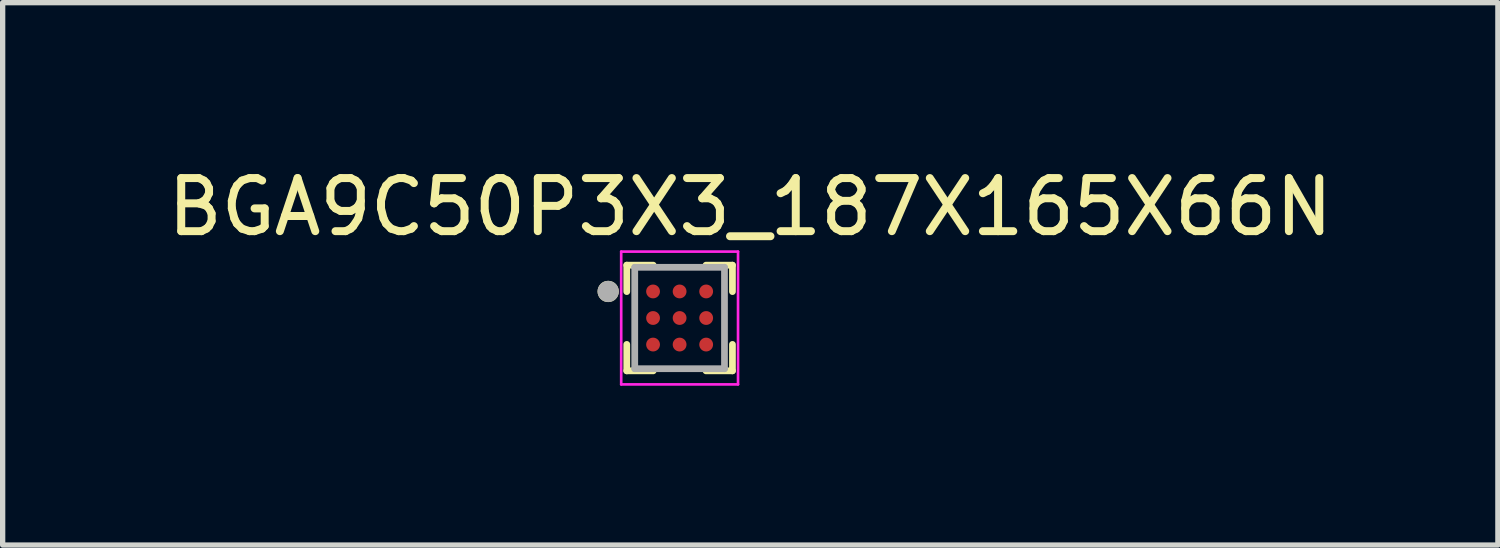
<source format=kicad_pcb>
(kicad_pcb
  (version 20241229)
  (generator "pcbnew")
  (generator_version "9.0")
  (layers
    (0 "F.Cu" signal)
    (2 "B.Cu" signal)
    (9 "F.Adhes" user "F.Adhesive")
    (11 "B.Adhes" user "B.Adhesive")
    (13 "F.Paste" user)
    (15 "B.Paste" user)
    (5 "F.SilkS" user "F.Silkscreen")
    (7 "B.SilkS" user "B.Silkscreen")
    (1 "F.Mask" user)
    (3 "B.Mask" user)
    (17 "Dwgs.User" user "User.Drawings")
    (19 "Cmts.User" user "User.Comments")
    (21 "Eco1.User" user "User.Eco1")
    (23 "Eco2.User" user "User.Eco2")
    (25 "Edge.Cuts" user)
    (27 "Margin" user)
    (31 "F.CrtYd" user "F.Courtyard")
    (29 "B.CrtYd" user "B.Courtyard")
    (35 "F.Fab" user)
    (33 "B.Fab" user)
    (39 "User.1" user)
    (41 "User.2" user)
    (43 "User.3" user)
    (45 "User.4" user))
  (footprint "BGA9C50P3X3_187X165X66N"
    (layer "F.Cu")
    (at 9.747 2.938)
    (property "Reference" "BGA9C50P3X3_187X165X66N" (at 1.33 -2.09 0) (layer "F.SilkS") (effects (font (size 1 1) (thickness 0.15))))
    (attr smd)
    (fp_line (start -0.995 -0.995) (end -0.995 -0.497) (stroke (width 0.127) (type solid)) (layer "F.SilkS"))
    (fp_line (start -0.995 -0.995) (end -0.497 -0.995) (stroke (width 0.127) (type solid)) (layer "F.SilkS"))
    (fp_line (start -0.995 0.995) (end -0.995 0.497) (stroke (width 0.127) (type solid)) (layer "F.SilkS"))
    (fp_line (start -0.995 0.995) (end -0.497 0.995) (stroke (width 0.127) (type solid)) (layer "F.SilkS"))
    (fp_line (start 0.995 -0.995) (end 0.497 -0.995) (stroke (width 0.127) (type solid)) (layer "F.SilkS"))
    (fp_line (start 0.995 -0.995) (end 0.995 -0.497) (stroke (width 0.127) (type solid)) (layer "F.SilkS"))
    (fp_line (start 0.995 0.995) (end 0.497 0.995) (stroke (width 0.127) (type solid)) (layer "F.SilkS"))
    (fp_line (start 0.995 0.995) (end 0.995 0.497) (stroke (width 0.127) (type solid)) (layer "F.SilkS"))
    (fp_circle (center -1.345 -0.5) (end -1.245 -0.5) (stroke (width 0.2) (type solid)) (fill no) (layer "F.SilkS"))
    (fp_line (start -1.1 -1.25) (end 1.1 -1.25) (stroke (width 0.05) (type solid)) (layer "F.CrtYd"))
    (fp_line (start -1.1 1.25) (end -1.1 -1.25) (stroke (width 0.05) (type solid)) (layer "F.CrtYd"))
    (fp_line (start -1.1 1.25) (end 1.1 1.25) (stroke (width 0.05) (type solid)) (layer "F.CrtYd"))
    (fp_line (start 1.1 1.25) (end 1.1 -1.25) (stroke (width 0.05) (type solid)) (layer "F.CrtYd"))
    (fp_line (start -0.845 0.955) (end -0.845 -0.955) (stroke (width 0.127) (type solid)) (layer "F.Fab"))
    (fp_line (start 0.845 -0.955) (end -0.845 -0.955) (stroke (width 0.127) (type solid)) (layer "F.Fab"))
    (fp_line (start 0.845 0.955) (end -0.845 0.955) (stroke (width 0.127) (type solid)) (layer "F.Fab"))
    (fp_line (start 0.845 0.955) (end 0.845 -0.955) (stroke (width 0.127) (type solid)) (layer "F.Fab"))
    (fp_circle (center -1.345 -0.5) (end -1.245 -0.5) (stroke (width 0.2) (type solid)) (fill no) (layer "F.Fab"))
    (pad "A1" smd circle (at -0.5 -0.5) (size 0.26 0.26) (layers "F.Cu" "F.Mask" "F.Paste"))
    (pad "A2" smd circle (at 0 -0.5) (size 0.26 0.26) (layers "F.Cu" "F.Mask" "F.Paste"))
    (pad "A3" smd circle (at 0.5 -0.5) (size 0.26 0.26) (layers "F.Cu" "F.Mask" "F.Paste"))
    (pad "B1" smd circle (at -0.5 0) (size 0.26 0.26) (layers "F.Cu" "F.Mask" "F.Paste"))
    (pad "B2" smd circle (at 0 0) (size 0.26 0.26) (layers "F.Cu" "F.Mask" "F.Paste"))
    (pad "B3" smd circle (at 0.5 0) (size 0.26 0.26) (layers "F.Cu" "F.Mask" "F.Paste"))
    (pad "C1" smd circle (at -0.5 0.5) (size 0.26 0.26) (layers "F.Cu" "F.Mask" "F.Paste"))
    (pad "C2" smd circle (at 0 0.5) (size 0.26 0.26) (layers "F.Cu" "F.Mask" "F.Paste"))
    (pad "C3" smd circle (at 0.5 0.5) (size 0.26 0.26) (layers "F.Cu" "F.Mask" "F.Paste")))
  (gr_rect
    (start -3 -3)
    (end 25.155 7.213)
    (stroke (width 0.1) (type default))
    (fill no)
    (layer "Edge.Cuts")))
</source>
